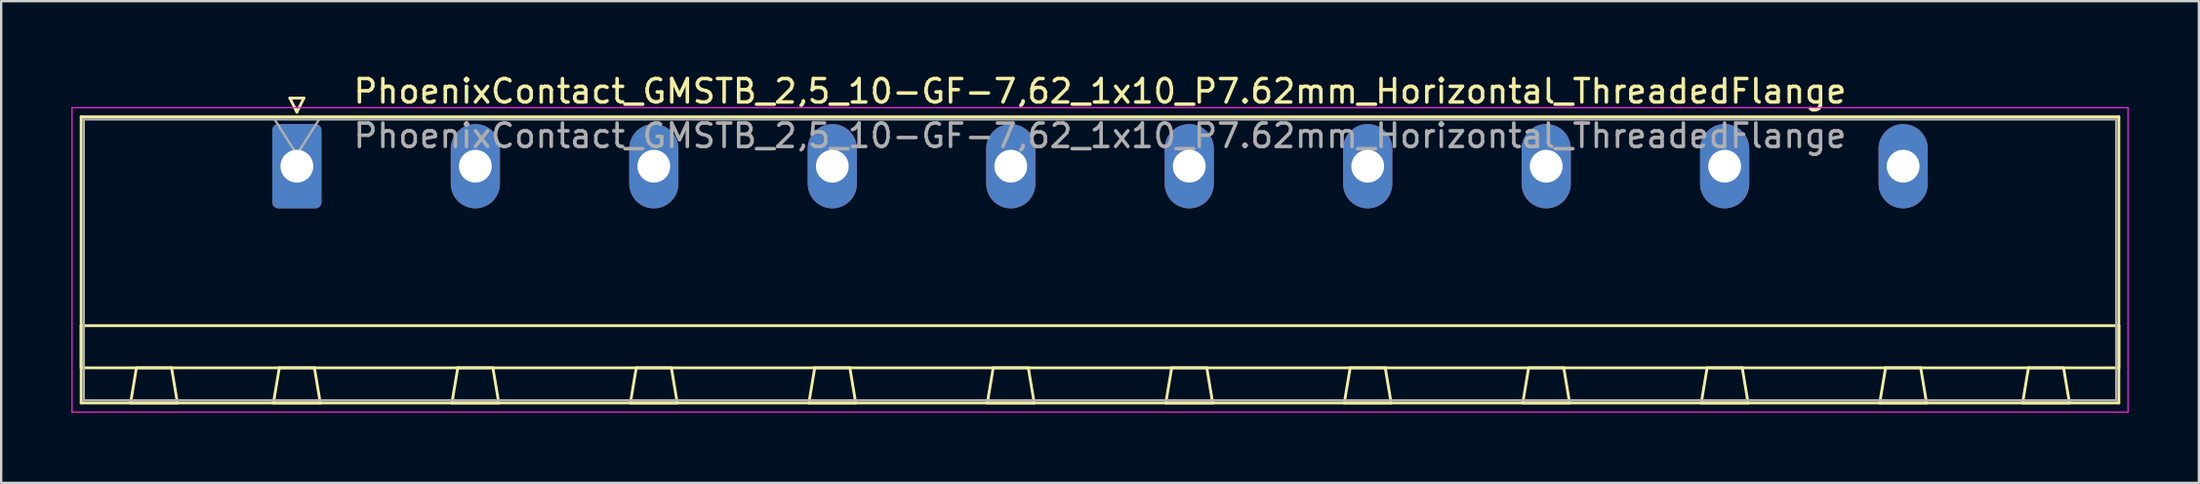
<source format=kicad_pcb>
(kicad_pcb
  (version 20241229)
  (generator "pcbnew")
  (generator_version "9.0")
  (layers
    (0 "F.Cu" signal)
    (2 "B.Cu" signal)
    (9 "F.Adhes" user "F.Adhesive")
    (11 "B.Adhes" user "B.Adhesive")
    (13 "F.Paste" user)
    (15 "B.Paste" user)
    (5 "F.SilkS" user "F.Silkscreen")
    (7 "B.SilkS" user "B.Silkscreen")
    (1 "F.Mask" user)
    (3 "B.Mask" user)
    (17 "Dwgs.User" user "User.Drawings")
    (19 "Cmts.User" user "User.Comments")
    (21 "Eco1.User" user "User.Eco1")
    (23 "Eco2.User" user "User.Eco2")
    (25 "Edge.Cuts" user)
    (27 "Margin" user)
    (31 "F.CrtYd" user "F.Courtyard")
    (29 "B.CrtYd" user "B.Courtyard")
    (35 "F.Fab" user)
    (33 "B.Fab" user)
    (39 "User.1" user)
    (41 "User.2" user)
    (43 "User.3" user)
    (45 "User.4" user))
  (footprint "PhoenixContact_GMSTB_2,5_10-GF-7,62_1x10_P7.62mm_Horizontal_ThreadedFlange"
    (layer "F.Cu")
    (at 9.625 4.048)
    (property "Reference" "PhoenixContact_GMSTB_2,5_10-GF-7,62_1x10_P7.62mm_Horizontal_ThreadedFlange" (at 34.29 -3.2 0) (layer "F.SilkS") (effects (font (size 1 1) (thickness 0.15))))
    (attr through_hole)
    (fp_line (start -9.21 -2.11) (end -9.21 10.11) (stroke (width 0.12) (type solid)) (layer "F.SilkS"))
    (fp_line (start -9.21 6.81) (end 77.79 6.81) (stroke (width 0.12) (type solid)) (layer "F.SilkS"))
    (fp_line (start -9.21 8.61) (end -9.21 6.81) (stroke (width 0.12) (type solid)) (layer "F.SilkS"))
    (fp_line (start -9.21 10.11) (end 77.79 10.11) (stroke (width 0.12) (type solid)) (layer "F.SilkS"))
    (fp_line (start -7.1 10.11) (end -5.1 10.11) (stroke (width 0.12) (type solid)) (layer "F.SilkS"))
    (fp_line (start -6.85 8.61) (end -7.1 10.11) (stroke (width 0.12) (type solid)) (layer "F.SilkS"))
    (fp_line (start -5.35 8.61) (end -6.85 8.61) (stroke (width 0.12) (type solid)) (layer "F.SilkS"))
    (fp_line (start -5.1 10.11) (end -5.35 8.61) (stroke (width 0.12) (type solid)) (layer "F.SilkS"))
    (fp_line (start -1 10.11) (end 1 10.11) (stroke (width 0.12) (type solid)) (layer "F.SilkS"))
    (fp_line (start -0.75 8.61) (end -1 10.11) (stroke (width 0.12) (type solid)) (layer "F.SilkS"))
    (fp_line (start -0.3 -2.91) (end 0.3 -2.91) (stroke (width 0.12) (type solid)) (layer "F.SilkS"))
    (fp_line (start 0 -2.31) (end -0.3 -2.91) (stroke (width 0.12) (type solid)) (layer "F.SilkS"))
    (fp_line (start 0.3 -2.91) (end 0 -2.31) (stroke (width 0.12) (type solid)) (layer "F.SilkS"))
    (fp_line (start 0.75 8.61) (end -0.75 8.61) (stroke (width 0.12) (type solid)) (layer "F.SilkS"))
    (fp_line (start 1 10.11) (end 0.75 8.61) (stroke (width 0.12) (type solid)) (layer "F.SilkS"))
    (fp_line (start 6.62 10.11) (end 8.62 10.11) (stroke (width 0.12) (type solid)) (layer "F.SilkS"))
    (fp_line (start 6.87 8.61) (end 6.62 10.11) (stroke (width 0.12) (type solid)) (layer "F.SilkS"))
    (fp_line (start 8.37 8.61) (end 6.87 8.61) (stroke (width 0.12) (type solid)) (layer "F.SilkS"))
    (fp_line (start 8.62 10.11) (end 8.37 8.61) (stroke (width 0.12) (type solid)) (layer "F.SilkS"))
    (fp_line (start 14.24 10.11) (end 16.24 10.11) (stroke (width 0.12) (type solid)) (layer "F.SilkS"))
    (fp_line (start 14.49 8.61) (end 14.24 10.11) (stroke (width 0.12) (type solid)) (layer "F.SilkS"))
    (fp_line (start 15.99 8.61) (end 14.49 8.61) (stroke (width 0.12) (type solid)) (layer "F.SilkS"))
    (fp_line (start 16.24 10.11) (end 15.99 8.61) (stroke (width 0.12) (type solid)) (layer "F.SilkS"))
    (fp_line (start 21.86 10.11) (end 23.86 10.11) (stroke (width 0.12) (type solid)) (layer "F.SilkS"))
    (fp_line (start 22.11 8.61) (end 21.86 10.11) (stroke (width 0.12) (type solid)) (layer "F.SilkS"))
    (fp_line (start 23.61 8.61) (end 22.11 8.61) (stroke (width 0.12) (type solid)) (layer "F.SilkS"))
    (fp_line (start 23.86 10.11) (end 23.61 8.61) (stroke (width 0.12) (type solid)) (layer "F.SilkS"))
    (fp_line (start 29.48 10.11) (end 31.48 10.11) (stroke (width 0.12) (type solid)) (layer "F.SilkS"))
    (fp_line (start 29.73 8.61) (end 29.48 10.11) (stroke (width 0.12) (type solid)) (layer "F.SilkS"))
    (fp_line (start 31.23 8.61) (end 29.73 8.61) (stroke (width 0.12) (type solid)) (layer "F.SilkS"))
    (fp_line (start 31.48 10.11) (end 31.23 8.61) (stroke (width 0.12) (type solid)) (layer "F.SilkS"))
    (fp_line (start 37.1 10.11) (end 39.1 10.11) (stroke (width 0.12) (type solid)) (layer "F.SilkS"))
    (fp_line (start 37.35 8.61) (end 37.1 10.11) (stroke (width 0.12) (type solid)) (layer "F.SilkS"))
    (fp_line (start 38.85 8.61) (end 37.35 8.61) (stroke (width 0.12) (type solid)) (layer "F.SilkS"))
    (fp_line (start 39.1 10.11) (end 38.85 8.61) (stroke (width 0.12) (type solid)) (layer "F.SilkS"))
    (fp_line (start 44.72 10.11) (end 46.72 10.11) (stroke (width 0.12) (type solid)) (layer "F.SilkS"))
    (fp_line (start 44.97 8.61) (end 44.72 10.11) (stroke (width 0.12) (type solid)) (layer "F.SilkS"))
    (fp_line (start 46.47 8.61) (end 44.97 8.61) (stroke (width 0.12) (type solid)) (layer "F.SilkS"))
    (fp_line (start 46.72 10.11) (end 46.47 8.61) (stroke (width 0.12) (type solid)) (layer "F.SilkS"))
    (fp_line (start 52.34 10.11) (end 54.34 10.11) (stroke (width 0.12) (type solid)) (layer "F.SilkS"))
    (fp_line (start 52.59 8.61) (end 52.34 10.11) (stroke (width 0.12) (type solid)) (layer "F.SilkS"))
    (fp_line (start 54.09 8.61) (end 52.59 8.61) (stroke (width 0.12) (type solid)) (layer "F.SilkS"))
    (fp_line (start 54.34 10.11) (end 54.09 8.61) (stroke (width 0.12) (type solid)) (layer "F.SilkS"))
    (fp_line (start 59.96 10.11) (end 61.96 10.11) (stroke (width 0.12) (type solid)) (layer "F.SilkS"))
    (fp_line (start 60.21 8.61) (end 59.96 10.11) (stroke (width 0.12) (type solid)) (layer "F.SilkS"))
    (fp_line (start 61.71 8.61) (end 60.21 8.61) (stroke (width 0.12) (type solid)) (layer "F.SilkS"))
    (fp_line (start 61.96 10.11) (end 61.71 8.61) (stroke (width 0.12) (type solid)) (layer "F.SilkS"))
    (fp_line (start 67.58 10.11) (end 69.58 10.11) (stroke (width 0.12) (type solid)) (layer "F.SilkS"))
    (fp_line (start 67.83 8.61) (end 67.58 10.11) (stroke (width 0.12) (type solid)) (layer "F.SilkS"))
    (fp_line (start 69.33 8.61) (end 67.83 8.61) (stroke (width 0.12) (type solid)) (layer "F.SilkS"))
    (fp_line (start 69.58 10.11) (end 69.33 8.61) (stroke (width 0.12) (type solid)) (layer "F.SilkS"))
    (fp_line (start 73.68 10.11) (end 75.68 10.11) (stroke (width 0.12) (type solid)) (layer "F.SilkS"))
    (fp_line (start 73.93 8.61) (end 73.68 10.11) (stroke (width 0.12) (type solid)) (layer "F.SilkS"))
    (fp_line (start 75.43 8.61) (end 73.93 8.61) (stroke (width 0.12) (type solid)) (layer "F.SilkS"))
    (fp_line (start 75.68 10.11) (end 75.43 8.61) (stroke (width 0.12) (type solid)) (layer "F.SilkS"))
    (fp_line (start 77.79 -2.11) (end -9.21 -2.11) (stroke (width 0.12) (type solid)) (layer "F.SilkS"))
    (fp_line (start 77.79 6.81) (end 77.79 8.61) (stroke (width 0.12) (type solid)) (layer "F.SilkS"))
    (fp_line (start 77.79 8.61) (end -9.21 8.61) (stroke (width 0.12) (type solid)) (layer "F.SilkS"))
    (fp_line (start 77.79 10.11) (end 77.79 -2.11) (stroke (width 0.12) (type solid)) (layer "F.SilkS"))
    (fp_line (start -9.6 -2.5) (end -9.6 10.5) (stroke (width 0.05) (type solid)) (layer "F.CrtYd"))
    (fp_line (start -9.6 10.5) (end 78.18 10.5) (stroke (width 0.05) (type solid)) (layer "F.CrtYd"))
    (fp_line (start 78.18 -2.5) (end -9.6 -2.5) (stroke (width 0.05) (type solid)) (layer "F.CrtYd"))
    (fp_line (start 78.18 10.5) (end 78.18 -2.5) (stroke (width 0.05) (type solid)) (layer "F.CrtYd"))
    (fp_line (start -9.1 -2) (end -9.1 10) (stroke (width 0.1) (type solid)) (layer "F.Fab"))
    (fp_line (start -9.1 10) (end 77.68 10) (stroke (width 0.1) (type solid)) (layer "F.Fab"))
    (fp_line (start 0 -0.5) (end -0.95 -2) (stroke (width 0.1) (type solid)) (layer "F.Fab"))
    (fp_line (start 0.95 -2) (end 0 -0.5) (stroke (width 0.1) (type solid)) (layer "F.Fab"))
    (fp_line (start 77.68 -2) (end -9.1 -2) (stroke (width 0.1) (type solid)) (layer "F.Fab"))
    (fp_line (start 77.68 10) (end 77.68 -2) (stroke (width 0.1) (type solid)) (layer "F.Fab"))
    (fp_text user "${REFERENCE}" (at 34.29 -1.3 0) (layer "F.Fab") (effects (font (size 1 1) (thickness 0.15))))
    (pad "1" thru_hole roundrect (at 0 0) (size 2.1 3.6) (drill 1.4) (layers "*.Cu" "*.Mask") (roundrect_rratio 0.119))
    (pad "2" thru_hole oval (at 7.62 0) (size 2.1 3.6) (drill 1.4) (layers "*.Cu" "*.Mask"))
    (pad "3" thru_hole oval (at 15.24 0) (size 2.1 3.6) (drill 1.4) (layers "*.Cu" "*.Mask"))
    (pad "4" thru_hole oval (at 22.86 0) (size 2.1 3.6) (drill 1.4) (layers "*.Cu" "*.Mask"))
    (pad "5" thru_hole oval (at 30.48 0) (size 2.1 3.6) (drill 1.4) (layers "*.Cu" "*.Mask"))
    (pad "6" thru_hole oval (at 38.1 0) (size 2.1 3.6) (drill 1.4) (layers "*.Cu" "*.Mask"))
    (pad "7" thru_hole oval (at 45.72 0) (size 2.1 3.6) (drill 1.4) (layers "*.Cu" "*.Mask"))
    (pad "8" thru_hole oval (at 53.34 0) (size 2.1 3.6) (drill 1.4) (layers "*.Cu" "*.Mask"))
    (pad "9" thru_hole oval (at 60.96 0) (size 2.1 3.6) (drill 1.4) (layers "*.Cu" "*.Mask"))
    (pad "10" thru_hole oval (at 68.58 0) (size 2.1 3.6) (drill 1.4) (layers "*.Cu" "*.Mask")))
  (gr_rect
    (start -3 -3)
    (end 90.83 17.573)
    (stroke (width 0.1) (type default))
    (fill no)
    (layer "Edge.Cuts")))
</source>
